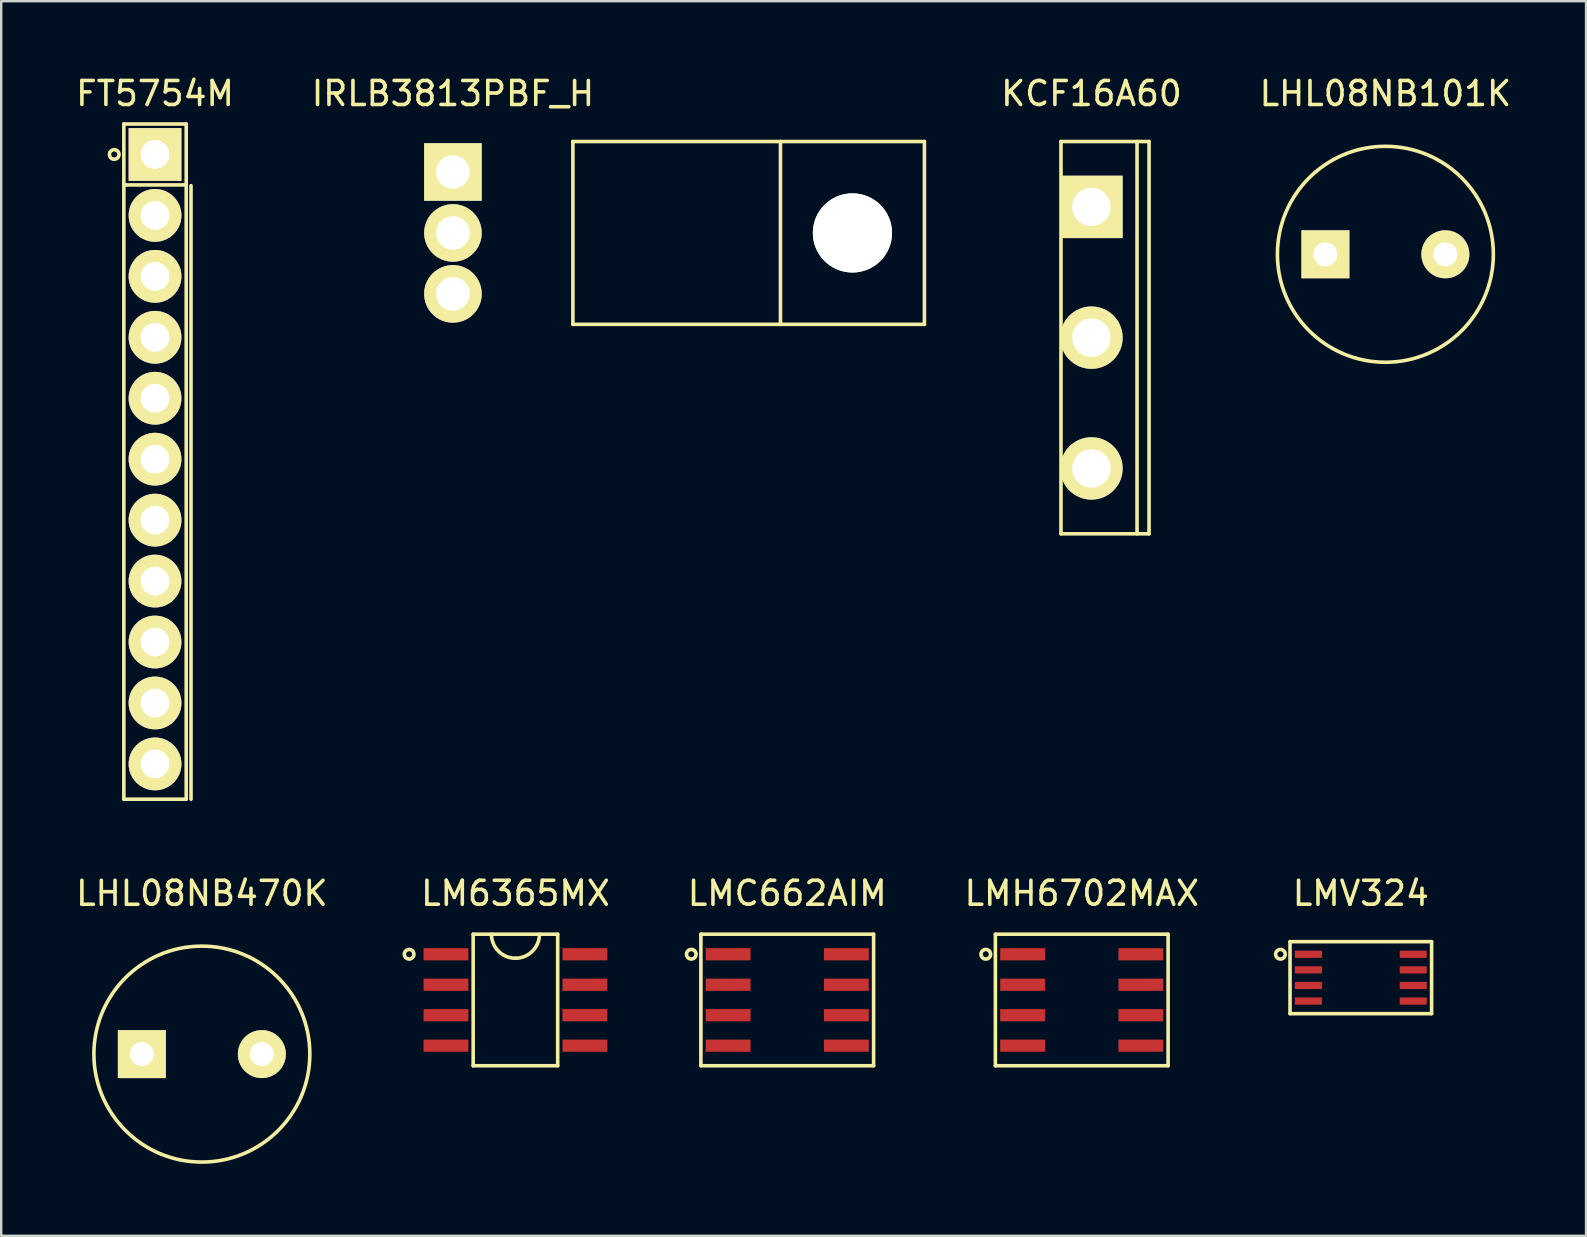
<source format=kicad_pcb>
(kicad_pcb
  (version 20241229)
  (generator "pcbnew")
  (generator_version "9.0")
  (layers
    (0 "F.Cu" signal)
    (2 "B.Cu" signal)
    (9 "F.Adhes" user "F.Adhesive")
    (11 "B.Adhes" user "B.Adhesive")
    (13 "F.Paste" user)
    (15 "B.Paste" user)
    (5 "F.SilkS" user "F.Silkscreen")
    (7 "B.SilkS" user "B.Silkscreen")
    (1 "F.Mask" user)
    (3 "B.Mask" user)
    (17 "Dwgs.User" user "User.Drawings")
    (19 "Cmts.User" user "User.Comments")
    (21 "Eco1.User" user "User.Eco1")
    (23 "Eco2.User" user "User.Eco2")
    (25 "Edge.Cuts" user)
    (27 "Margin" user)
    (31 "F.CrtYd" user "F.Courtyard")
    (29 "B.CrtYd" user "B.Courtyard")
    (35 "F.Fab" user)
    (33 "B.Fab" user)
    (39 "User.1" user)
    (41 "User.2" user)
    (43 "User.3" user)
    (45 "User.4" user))
  (footprint "IRLB3813PBF_H"
    (layer "F.Cu")
    (at 15.827 4.118)
    (property "Reference" "IRLB3813PBF_H" (at 0 -3.27 0) (layer "F.SilkS") (effects (font (size 1 1) (thickness 0.15))))
    (attr through_hole)
    (fp_line (start 5 -1.27) (end 5 6.35) (stroke (width 0.15) (type solid)) (layer "F.SilkS"))
    (fp_line (start 5 -1.27) (end 19.65 -1.27) (stroke (width 0.15) (type solid)) (layer "F.SilkS"))
    (fp_line (start 5 6.35) (end 19.65 6.35) (stroke (width 0.15) (type solid)) (layer "F.SilkS"))
    (fp_line (start 13.65 -1.27) (end 13.65 6.35) (stroke (width 0.15) (type solid)) (layer "F.SilkS"))
    (fp_line (start 19.65 -1.27) (end 19.65 6.35) (stroke (width 0.15) (type solid)) (layer "F.SilkS"))
    (pad "" np_thru_hole circle (at 16.65 2.54) (size 3.3 3.3) (drill 3.3) (layers "*.Cu" "*.Mask" "F.SilkS"))
    (pad "1" thru_hole rect (at 0 0) (size 2.4 2.4) (drill 1.4) (layers "*.Cu" "*.Mask" "F.SilkS"))
    (pad "2" thru_hole circle (at 0 2.54) (size 2.4 2.4) (drill 1.4) (layers "*.Cu" "*.Mask" "F.SilkS"))
    (pad "3" thru_hole circle (at 0 5.08) (size 2.4 2.4) (drill 1.4) (layers "*.Cu" "*.Mask" "F.SilkS")))
  (footprint "LHL08NB101K"
    (layer "F.Cu")
    (at 52.189 7.548)
    (property "Reference" "LHL08NB101K" (at 2.5 -6.7 0) (layer "F.SilkS") (effects (font (size 1 1) (thickness 0.15))))
    (attr through_hole)
    (fp_circle (center 2.5 0) (end 2.5 -4.5) (stroke (width 0.15) (type solid)) (fill no) (layer "F.SilkS"))
    (pad "1" thru_hole rect (at 0 0) (size 2 2) (drill 1) (layers "*.Cu" "*.Mask" "F.SilkS"))
    (pad "2" thru_hole circle (at 5 0) (size 2 2) (drill 1) (layers "*.Cu" "*.Mask" "F.SilkS")))
  (footprint "LM6365MX"
    (layer "F.Cu")
    (at 15.536 36.721)
    (property "Reference" "LM6365MX" (at 2.896 -2.54 0) (layer "F.SilkS") (effects (font (size 1 1) (thickness 0.15))))
    (attr through_hole)
    (fp_line (start 1.135 -0.835) (end 4.657 -0.835) (stroke (width 0.15) (type solid)) (layer "F.SilkS"))
    (fp_line (start 1.135 4.645) (end 1.135 -0.835) (stroke (width 0.15) (type solid)) (layer "F.SilkS"))
    (fp_line (start 4.657 -0.835) (end 4.657 4.645) (stroke (width 0.15) (type solid)) (layer "F.SilkS"))
    (fp_line (start 4.657 4.645) (end 1.135 4.645) (stroke (width 0.15) (type solid)) (layer "F.SilkS"))
    (fp_arc (start 2.896 0.165) (mid 2.188893 -0.127893) (end 1.896 -0.835) (stroke (width 0.15) (type solid)) (layer "F.SilkS"))
    (fp_arc (start 3.896 -0.835) (mid 3.603107 -0.127893) (end 2.896 0.165) (stroke (width 0.15) (type solid)) (layer "F.SilkS"))
    (fp_circle (center -1.535 0) (end -1.535 0.2) (stroke (width 0.15) (type solid)) (fill no) (layer "F.SilkS"))
    (pad "1" smd rect (at 0 0) (size 1.87 0.508) (layers "F.Cu" "F.Mask" "F.Paste"))
    (pad "2" smd rect (at 0 1.27) (size 1.87 0.508) (layers "F.Cu" "F.Mask" "F.Paste"))
    (pad "3" smd rect (at 0 2.54) (size 1.87 0.508) (layers "F.Cu" "F.Mask" "F.Paste"))
    (pad "4" smd rect (at 0 3.81) (size 1.87 0.508) (layers "F.Cu" "F.Mask" "F.Paste"))
    (pad "5" smd rect (at 5.792 3.81) (size 1.87 0.508) (layers "F.Cu" "F.Mask" "F.Paste"))
    (pad "6" smd rect (at 5.792 2.54) (size 1.87 0.508) (layers "F.Cu" "F.Mask" "F.Paste"))
    (pad "7" smd rect (at 5.792 1.27) (size 1.87 0.508) (layers "F.Cu" "F.Mask" "F.Paste"))
    (pad "8" smd rect (at 5.792 0) (size 1.87 0.508) (layers "F.Cu" "F.Mask" "F.Paste")))
  (footprint "FT5754M"
    (layer "F.Cu")
    (at 3.411 3.388)
    (property "Reference" "FT5754M" (at 0 -2.54 0) (layer "F.SilkS") (effects (font (size 1 1) (thickness 0.15))))
    (attr through_hole)
    (fp_line (start -1.3 -1.27) (end 1.3 -1.27) (stroke (width 0.15) (type solid)) (layer "F.SilkS"))
    (fp_line (start -1.3 1.27) (end 1.3 1.27) (stroke (width 0.15) (type solid)) (layer "F.SilkS"))
    (fp_line (start -1.3 26.87) (end -1.3 -1.27) (stroke (width 0.15) (type solid)) (layer "F.SilkS"))
    (fp_line (start 1.3 -1.27) (end 1.3 26.87) (stroke (width 0.15) (type solid)) (layer "F.SilkS"))
    (fp_line (start 1.3 26.87) (end -1.3 26.87) (stroke (width 0.15) (type solid)) (layer "F.SilkS"))
    (fp_line (start 1.5 1.3) (end 1.5 26.87) (stroke (width 0.15) (type solid)) (layer "F.SilkS"))
    (fp_circle (center -1.7 0) (end -1.7 0.2) (stroke (width 0.15) (type solid)) (fill no) (layer "F.SilkS"))
    (pad "1" thru_hole rect (at 0 0) (size 2.2 2.2) (drill 1.2) (layers "*.Cu" "*.Mask" "F.SilkS"))
    (pad "2" thru_hole circle (at 0 2.54) (size 2.2 2.2) (drill 1.2) (layers "*.Cu" "*.Mask" "F.SilkS"))
    (pad "3" thru_hole circle (at 0 5.08) (size 2.2 2.2) (drill 1.2) (layers "*.Cu" "*.Mask" "F.SilkS"))
    (pad "4" thru_hole circle (at 0 7.62) (size 2.2 2.2) (drill 1.2) (layers "*.Cu" "*.Mask" "F.SilkS"))
    (pad "5" thru_hole circle (at 0 10.16) (size 2.2 2.2) (drill 1.2) (layers "*.Cu" "*.Mask" "F.SilkS"))
    (pad "6" thru_hole circle (at 0 12.7) (size 2.2 2.2) (drill 1.2) (layers "*.Cu" "*.Mask" "F.SilkS"))
    (pad "7" thru_hole circle (at 0 15.24) (size 2.2 2.2) (drill 1.2) (layers "*.Cu" "*.Mask" "F.SilkS"))
    (pad "8" thru_hole circle (at 0 17.78) (size 2.2 2.2) (drill 1.2) (layers "*.Cu" "*.Mask" "F.SilkS"))
    (pad "9" thru_hole circle (at 0 20.32) (size 2.2 2.2) (drill 1.2) (layers "*.Cu" "*.Mask" "F.SilkS"))
    (pad "10" thru_hole circle (at 0 22.86) (size 2.2 2.2) (drill 1.2) (layers "*.Cu" "*.Mask" "F.SilkS"))
    (pad "11" thru_hole circle (at 0 25.4) (size 2.2 2.2) (drill 1.2) (layers "*.Cu" "*.Mask" "F.SilkS")))
  (footprint "LMH6702MAX"
    (layer "F.Cu")
    (at 39.57 36.721)
    (property "Reference" "LMH6702MAX" (at 2.464 -2.54 0) (layer "F.SilkS") (effects (font (size 1 1) (thickness 0.15))))
    (attr through_hole)
    (fp_line (start -1.135 -0.835) (end 6.063 -0.835) (stroke (width 0.15) (type solid)) (layer "F.SilkS"))
    (fp_line (start -1.135 4.645) (end -1.135 -0.835) (stroke (width 0.15) (type solid)) (layer "F.SilkS"))
    (fp_line (start 6.063 -0.835) (end 6.063 4.645) (stroke (width 0.15) (type solid)) (layer "F.SilkS"))
    (fp_line (start 6.063 4.645) (end -1.135 4.645) (stroke (width 0.15) (type solid)) (layer "F.SilkS"))
    (fp_circle (center -1.535 0) (end -1.535 0.2) (stroke (width 0.15) (type solid)) (fill no) (layer "F.SilkS"))
    (pad "1" smd rect (at 0 0) (size 1.87 0.508) (layers "F.Cu" "F.Mask" "F.Paste"))
    (pad "2" smd rect (at 0 1.27) (size 1.87 0.508) (layers "F.Cu" "F.Mask" "F.Paste"))
    (pad "3" smd rect (at 0 2.54) (size 1.87 0.508) (layers "F.Cu" "F.Mask" "F.Paste"))
    (pad "4" smd rect (at 0 3.81) (size 1.87 0.508) (layers "F.Cu" "F.Mask" "F.Paste"))
    (pad "5" smd rect (at 4.928 3.81) (size 1.87 0.508) (layers "F.Cu" "F.Mask" "F.Paste"))
    (pad "6" smd rect (at 4.928 2.54) (size 1.87 0.508) (layers "F.Cu" "F.Mask" "F.Paste"))
    (pad "7" smd rect (at 4.928 1.27) (size 1.87 0.508) (layers "F.Cu" "F.Mask" "F.Paste"))
    (pad "8" smd rect (at 4.928 0) (size 1.87 0.508) (layers "F.Cu" "F.Mask" "F.Paste")))
  (footprint "LMV324"
    (layer "F.Cu")
    (at 51.48 36.721)
    (property "Reference" "LMV324" (at 2.185 -2.54 0) (layer "F.SilkS") (effects (font (size 1 1) (thickness 0.15))))
    (attr through_hole)
    (fp_line (start -0.765 -0.525) (end 5.135 -0.525) (stroke (width 0.15) (type solid)) (layer "F.SilkS"))
    (fp_line (start -0.765 2.475) (end -0.765 -0.525) (stroke (width 0.15) (type solid)) (layer "F.SilkS"))
    (fp_line (start 5.135 -0.525) (end 5.135 2.475) (stroke (width 0.15) (type solid)) (layer "F.SilkS"))
    (fp_line (start 5.135 2.475) (end -0.765 2.475) (stroke (width 0.15) (type solid)) (layer "F.SilkS"))
    (fp_circle (center -1.165 0) (end -1.165 0.2) (stroke (width 0.15) (type solid)) (fill no) (layer "F.SilkS"))
    (pad "1" smd rect (at 0 0) (size 1.13 0.3) (layers "F.Cu" "F.Mask" "F.Paste"))
    (pad "2" smd rect (at 0 0.65) (size 1.13 0.3) (layers "F.Cu" "F.Mask" "F.Paste"))
    (pad "3" smd rect (at 0 1.3) (size 1.13 0.3) (layers "F.Cu" "F.Mask" "F.Paste"))
    (pad "4" smd rect (at 0 1.95) (size 1.13 0.3) (layers "F.Cu" "F.Mask" "F.Paste"))
    (pad "5" smd rect (at 4.37 1.95) (size 1.13 0.3) (layers "F.Cu" "F.Mask" "F.Paste"))
    (pad "6" smd rect (at 4.37 1.3) (size 1.13 0.3) (layers "F.Cu" "F.Mask" "F.Paste"))
    (pad "7" smd rect (at 4.37 0.65) (size 1.13 0.3) (layers "F.Cu" "F.Mask" "F.Paste"))
    (pad "8" smd rect (at 4.37 0) (size 1.13 0.3) (layers "F.Cu" "F.Mask" "F.Paste")))
  (footprint "LMC662AIM"
    (layer "F.Cu")
    (at 27.296 36.721)
    (property "Reference" "LMC662AIM" (at 2.464 -2.54 0) (layer "F.SilkS") (effects (font (size 1 1) (thickness 0.15))))
    (attr through_hole)
    (fp_line (start -1.135 -0.835) (end 6.063 -0.835) (stroke (width 0.15) (type solid)) (layer "F.SilkS"))
    (fp_line (start -1.135 4.645) (end -1.135 -0.835) (stroke (width 0.15) (type solid)) (layer "F.SilkS"))
    (fp_line (start 6.063 -0.835) (end 6.063 4.645) (stroke (width 0.15) (type solid)) (layer "F.SilkS"))
    (fp_line (start 6.063 4.645) (end -1.135 4.645) (stroke (width 0.15) (type solid)) (layer "F.SilkS"))
    (fp_circle (center -1.535 0) (end -1.535 0.2) (stroke (width 0.15) (type solid)) (fill no) (layer "F.SilkS"))
    (pad "1" smd rect (at 0 0) (size 1.87 0.508) (layers "F.Cu" "F.Mask" "F.Paste"))
    (pad "2" smd rect (at 0 1.27) (size 1.87 0.508) (layers "F.Cu" "F.Mask" "F.Paste"))
    (pad "3" smd rect (at 0 2.54) (size 1.87 0.508) (layers "F.Cu" "F.Mask" "F.Paste"))
    (pad "4" smd rect (at 0 3.81) (size 1.87 0.508) (layers "F.Cu" "F.Mask" "F.Paste"))
    (pad "5" smd rect (at 4.928 3.81) (size 1.87 0.508) (layers "F.Cu" "F.Mask" "F.Paste"))
    (pad "6" smd rect (at 4.928 2.54) (size 1.87 0.508) (layers "F.Cu" "F.Mask" "F.Paste"))
    (pad "7" smd rect (at 4.928 1.27) (size 1.87 0.508) (layers "F.Cu" "F.Mask" "F.Paste"))
    (pad "8" smd rect (at 4.928 0) (size 1.87 0.508) (layers "F.Cu" "F.Mask" "F.Paste")))
  (footprint "KCF16A60"
    (layer "F.Cu")
    (at 42.439 5.573)
    (property "Reference" "KCF16A60" (at 0 -4.725 0) (layer "F.SilkS") (effects (font (size 1 1) (thickness 0.15))))
    (attr through_hole)
    (fp_line (start -1.27 -2.725) (end -1.27 13.625) (stroke (width 0.15) (type solid)) (layer "F.SilkS"))
    (fp_line (start -1.27 -2.725) (end 2.4 -2.725) (stroke (width 0.15) (type solid)) (layer "F.SilkS"))
    (fp_line (start -1.27 13.625) (end 2.4 13.625) (stroke (width 0.15) (type solid)) (layer "F.SilkS"))
    (fp_line (start 1.9 -2.725) (end 1.9 13.625) (stroke (width 0.15) (type solid)) (layer "F.SilkS"))
    (fp_line (start 2.4 -2.725) (end 2.4 13.625) (stroke (width 0.15) (type solid)) (layer "F.SilkS"))
    (pad "1" thru_hole rect (at 0 0) (size 2.6 2.6) (drill 1.6) (layers "*.Cu" "*.Mask" "F.SilkS"))
    (pad "2" thru_hole circle (at 0 5.45) (size 2.6 2.6) (drill 1.6) (layers "*.Cu" "*.Mask" "F.SilkS"))
    (pad "3" thru_hole circle (at 0 10.9) (size 2.6 2.6) (drill 1.6) (layers "*.Cu" "*.Mask" "F.SilkS")))
  (footprint "LHL08NB470K"
    (layer "F.Cu")
    (at 2.863 40.882)
    (property "Reference" "LHL08NB470K" (at 2.5 -6.7 0) (layer "F.SilkS") (effects (font (size 1 1) (thickness 0.15))))
    (attr through_hole)
    (fp_circle (center 2.5 0) (end 2.5 -4.5) (stroke (width 0.15) (type solid)) (fill no) (layer "F.SilkS"))
    (pad "1" thru_hole rect (at 0 0) (size 2 2) (drill 1) (layers "*.Cu" "*.Mask" "F.SilkS"))
    (pad "2" thru_hole circle (at 5 0) (size 2 2) (drill 1) (layers "*.Cu" "*.Mask" "F.SilkS")))
  (gr_rect
    (start -3 -3)
    (end 63.052 48.456)
    (stroke (width 0.1) (type default))
    (fill no)
    (layer "Edge.Cuts")))
</source>
